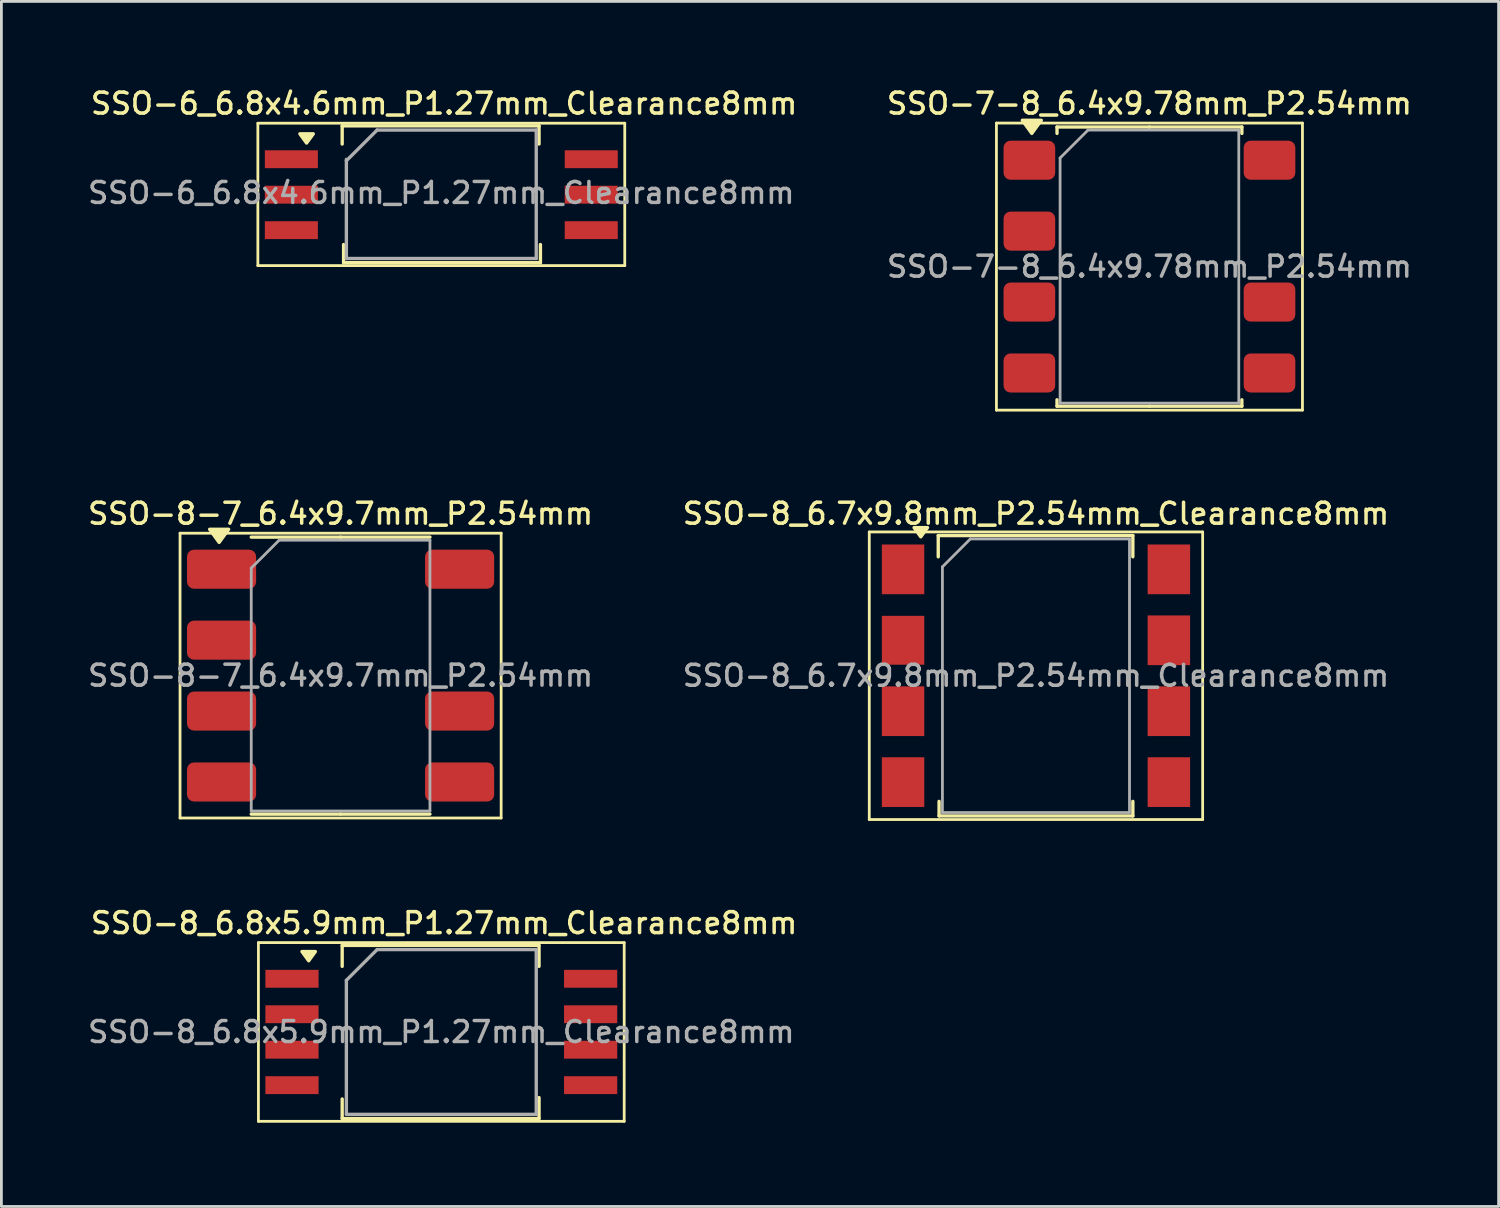
<source format=kicad_pcb>
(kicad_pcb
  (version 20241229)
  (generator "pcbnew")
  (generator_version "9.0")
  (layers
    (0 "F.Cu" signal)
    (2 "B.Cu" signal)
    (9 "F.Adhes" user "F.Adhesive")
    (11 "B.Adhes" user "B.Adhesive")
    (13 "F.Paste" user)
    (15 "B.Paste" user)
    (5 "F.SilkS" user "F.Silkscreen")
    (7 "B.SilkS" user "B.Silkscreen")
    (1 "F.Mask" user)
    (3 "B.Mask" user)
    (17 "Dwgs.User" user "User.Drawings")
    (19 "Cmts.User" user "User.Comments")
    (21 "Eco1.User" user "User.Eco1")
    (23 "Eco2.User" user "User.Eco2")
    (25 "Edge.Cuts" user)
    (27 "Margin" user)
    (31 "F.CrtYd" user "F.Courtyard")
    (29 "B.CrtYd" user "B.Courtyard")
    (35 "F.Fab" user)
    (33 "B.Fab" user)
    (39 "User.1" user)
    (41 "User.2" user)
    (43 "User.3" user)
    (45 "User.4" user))
  (footprint "SSO-8_6.8x5.9mm_P1.27mm_Clearance8mm"
    (layer "F.Cu")
    (at 12.755 33.909)
    (property "Reference" "SSO-8_6.8x5.9mm_P1.27mm_Clearance8mm" (at 0.1 -3.9 0) (layer "F.SilkS") (effects (font (size 0.75 0.75) (thickness 0.125))))
    (attr smd)
    (fp_line (start -6.55 -3.2) (end -6.55 3.2) (stroke (width 0.1) (type solid)) (layer "F.SilkS"))
    (fp_line (start -6.55 -3.2) (end 6.55 -3.2) (stroke (width 0.1) (type solid)) (layer "F.SilkS"))
    (fp_line (start -3.55 -2.35) (end -3.55 -3.1) (stroke (width 0.12) (type solid)) (layer "F.SilkS"))
    (fp_line (start -3.55 2.4) (end -3.55 3.1) (stroke (width 0.12) (type solid)) (layer "F.SilkS"))
    (fp_line (start -3.55 3.1) (end 3.5 3.1) (stroke (width 0.12) (type solid)) (layer "F.SilkS"))
    (fp_line (start 3.5 -3.1) (end -3.55 -3.1) (stroke (width 0.12) (type solid)) (layer "F.SilkS"))
    (fp_line (start 3.5 -2.35) (end 3.5 -3.1) (stroke (width 0.12) (type solid)) (layer "F.SilkS"))
    (fp_line (start 3.5 3.1) (end 3.5 2.35) (stroke (width 0.12) (type solid)) (layer "F.SilkS"))
    (fp_line (start 6.55 3.2) (end -6.55 3.2) (stroke (width 0.1) (type solid)) (layer "F.SilkS"))
    (fp_line (start 6.55 3.2) (end 6.55 -3.2) (stroke (width 0.1) (type solid)) (layer "F.SilkS"))
    (fp_poly (pts (xy -4.75 -2.55) (xy -4.99 -2.88) (xy -4.51 -2.88) (xy -4.75 -2.55)) (stroke (width 0.12) (type solid)) (fill yes) (layer "F.SilkS"))
    (fp_line (start -3.4 -1.85) (end -3.4 2.95) (stroke (width 0.12) (type solid)) (layer "F.Fab"))
    (fp_line (start -3.4 2.95) (end 3.4 2.95) (stroke (width 0.12) (type solid)) (layer "F.Fab"))
    (fp_line (start -2.3 -2.95) (end -3.4 -1.85) (stroke (width 0.12) (type solid)) (layer "F.Fab"))
    (fp_line (start 3.4 -2.95) (end -2.3 -2.95) (stroke (width 0.12) (type solid)) (layer "F.Fab"))
    (fp_line (start 3.4 2.95) (end 3.4 -2.95) (stroke (width 0.12) (type solid)) (layer "F.Fab"))
    (fp_text user "${REFERENCE}" (at 0 0 0) (layer "F.Fab") (effects (font (size 0.75 0.75) (thickness 0.125))))
    (pad "1" smd rect (at -5.348 -1.905) (size 1.905 0.64) (layers "F.Cu" "F.Mask" "F.Paste"))
    (pad "2" smd rect (at -5.348 -0.635) (size 1.905 0.64) (layers "F.Cu" "F.Mask" "F.Paste"))
    (pad "3" smd rect (at -5.348 0.635) (size 1.905 0.64) (layers "F.Cu" "F.Mask" "F.Paste"))
    (pad "4" smd rect (at -5.348 1.905) (size 1.905 0.64) (layers "F.Cu" "F.Mask" "F.Paste"))
    (pad "5" smd rect (at 5.348 1.905) (size 1.905 0.64) (layers "F.Cu" "F.Mask" "F.Paste"))
    (pad "6" smd rect (at 5.348 0.635) (size 1.905 0.64) (layers "F.Cu" "F.Mask" "F.Paste"))
    (pad "7" smd rect (at 5.348 -0.635) (size 1.905 0.64) (layers "F.Cu" "F.Mask" "F.Paste"))
    (pad "8" smd rect (at 5.348 -1.905) (size 1.905 0.64) (layers "F.Cu" "F.Mask" "F.Paste")))
  (footprint "SSO-7-8_6.4x9.78mm_P2.54mm"
    (layer "F.Cu")
    (at 38.116 6.498)
    (property "Reference" "SSO-7-8_6.4x9.78mm_P2.54mm" (at 0 -5.84 0) (layer "F.SilkS") (effects (font (size 0.75 0.75) (thickness 0.125))))
    (attr smd)
    (fp_line (start -5.48 -5.14) (end -5.48 5.14) (stroke (width 0.1) (type solid)) (layer "F.SilkS"))
    (fp_line (start -5.48 5.14) (end 5.48 5.14) (stroke (width 0.1) (type solid)) (layer "F.SilkS"))
    (fp_line (start -3.31 -5) (end -3.31 -4.77) (stroke (width 0.12) (type solid)) (layer "F.SilkS"))
    (fp_line (start -3.31 5) (end -3.31 4.77) (stroke (width 0.12) (type solid)) (layer "F.SilkS"))
    (fp_line (start 0 -5) (end -3.31 -5) (stroke (width 0.12) (type solid)) (layer "F.SilkS"))
    (fp_line (start 0 -5) (end 3.31 -5) (stroke (width 0.12) (type solid)) (layer "F.SilkS"))
    (fp_line (start 0 5) (end -3.31 5) (stroke (width 0.12) (type solid)) (layer "F.SilkS"))
    (fp_line (start 0 5) (end 3.31 5) (stroke (width 0.12) (type solid)) (layer "F.SilkS"))
    (fp_line (start 3.31 -5) (end 3.31 -4.77) (stroke (width 0.12) (type solid)) (layer "F.SilkS"))
    (fp_line (start 3.31 5) (end 3.31 4.77) (stroke (width 0.12) (type solid)) (layer "F.SilkS"))
    (fp_line (start 5.48 -5.14) (end -5.48 -5.14) (stroke (width 0.1) (type solid)) (layer "F.SilkS"))
    (fp_line (start 5.48 5.14) (end 5.48 -5.14) (stroke (width 0.1) (type solid)) (layer "F.SilkS"))
    (fp_poly (pts (xy -4.213 -4.77) (xy -4.553 -5.24) (xy -3.873 -5.24) (xy -4.213 -4.77)) (stroke (width 0.12) (type solid)) (fill yes) (layer "F.SilkS"))
    (fp_line (start -3.2 -3.89) (end -2.2 -4.89) (stroke (width 0.1) (type solid)) (layer "F.Fab"))
    (fp_line (start -3.2 4.89) (end -3.2 -3.89) (stroke (width 0.1) (type solid)) (layer "F.Fab"))
    (fp_line (start -2.2 -4.89) (end 3.2 -4.89) (stroke (width 0.1) (type solid)) (layer "F.Fab"))
    (fp_line (start 3.2 -4.89) (end 3.2 4.89) (stroke (width 0.1) (type solid)) (layer "F.Fab"))
    (fp_line (start 3.2 4.89) (end -3.2 4.89) (stroke (width 0.1) (type solid)) (layer "F.Fab"))
    (fp_text user "${REFERENCE}" (at 0 0 0) (layer "F.Fab") (effects (font (size 0.75 0.75) (thickness 0.125))))
    (pad "1" smd roundrect (at -4.3 -3.81) (size 1.85 1.4) (layers "F.Cu" "F.Mask" "F.Paste") (roundrect_rratio 0.179))
    (pad "2" smd roundrect (at -4.3 -1.27) (size 1.85 1.4) (layers "F.Cu" "F.Mask" "F.Paste") (roundrect_rratio 0.179))
    (pad "3" smd roundrect (at -4.3 1.27) (size 1.85 1.4) (layers "F.Cu" "F.Mask" "F.Paste") (roundrect_rratio 0.179))
    (pad "4" smd roundrect (at -4.3 3.81) (size 1.85 1.4) (layers "F.Cu" "F.Mask" "F.Paste") (roundrect_rratio 0.179))
    (pad "5" smd roundrect (at 4.3 3.81) (size 1.85 1.4) (layers "F.Cu" "F.Mask" "F.Paste") (roundrect_rratio 0.179))
    (pad "6" smd roundrect (at 4.3 1.27) (size 1.85 1.4) (layers "F.Cu" "F.Mask" "F.Paste") (roundrect_rratio 0.179))
    (pad "8" smd roundrect (at 4.3 -3.81) (size 1.85 1.4) (layers "F.Cu" "F.Mask" "F.Paste") (roundrect_rratio 0.179)))
  (footprint "SSO-8-7_6.4x9.7mm_P2.54mm"
    (layer "F.Cu")
    (at 9.148 21.146)
    (property "Reference" "SSO-8-7_6.4x9.7mm_P2.54mm" (at 0 -5.8 0) (layer "F.SilkS") (effects (font (size 0.75 0.75) (thickness 0.125))))
    (attr smd)
    (fp_line (start -5.75 -5.1) (end -5.75 5.1) (stroke (width 0.1) (type solid)) (layer "F.SilkS"))
    (fp_line (start -5.75 5.1) (end 5.75 5.1) (stroke (width 0.1) (type solid)) (layer "F.SilkS"))
    (fp_line (start 0 -4.96) (end -3.2 -4.96) (stroke (width 0.12) (type solid)) (layer "F.SilkS"))
    (fp_line (start 0 -4.96) (end 3.2 -4.96) (stroke (width 0.12) (type solid)) (layer "F.SilkS"))
    (fp_line (start 0 4.96) (end -3.2 4.96) (stroke (width 0.12) (type solid)) (layer "F.SilkS"))
    (fp_line (start 0 4.96) (end 3.2 4.96) (stroke (width 0.12) (type solid)) (layer "F.SilkS"))
    (fp_line (start 5.75 -5.1) (end -5.75 -5.1) (stroke (width 0.1) (type solid)) (layer "F.SilkS"))
    (fp_line (start 5.75 5.1) (end 5.75 -5.1) (stroke (width 0.1) (type solid)) (layer "F.SilkS"))
    (fp_poly (pts (xy -4.35 -4.77) (xy -4.69 -5.24) (xy -4.01 -5.24) (xy -4.35 -4.77)) (stroke (width 0.12) (type solid)) (fill yes) (layer "F.SilkS"))
    (fp_line (start -3.2 -3.85) (end -2.2 -4.85) (stroke (width 0.1) (type solid)) (layer "F.Fab"))
    (fp_line (start -3.2 4.85) (end -3.2 -3.85) (stroke (width 0.1) (type solid)) (layer "F.Fab"))
    (fp_line (start -2.2 -4.85) (end 3.2 -4.85) (stroke (width 0.1) (type solid)) (layer "F.Fab"))
    (fp_line (start 3.2 -4.85) (end 3.2 4.85) (stroke (width 0.1) (type solid)) (layer "F.Fab"))
    (fp_line (start 3.2 4.85) (end -3.2 4.85) (stroke (width 0.1) (type solid)) (layer "F.Fab"))
    (fp_text user "${REFERENCE}" (at 0 0 0) (layer "F.Fab") (effects (font (size 0.75 0.75) (thickness 0.125))))
    (pad "1" smd roundrect (at -4.263 -3.81) (size 2.475 1.4) (layers "F.Cu" "F.Mask" "F.Paste") (roundrect_rratio 0.179))
    (pad "2" smd roundrect (at -4.263 -1.27) (size 2.475 1.4) (layers "F.Cu" "F.Mask" "F.Paste") (roundrect_rratio 0.179))
    (pad "3" smd roundrect (at -4.263 1.27) (size 2.475 1.4) (layers "F.Cu" "F.Mask" "F.Paste") (roundrect_rratio 0.179))
    (pad "4" smd roundrect (at -4.263 3.81) (size 2.475 1.4) (layers "F.Cu" "F.Mask" "F.Paste") (roundrect_rratio 0.179))
    (pad "5" smd roundrect (at 4.263 3.81) (size 2.475 1.4) (layers "F.Cu" "F.Mask" "F.Paste") (roundrect_rratio 0.179))
    (pad "6" smd roundrect (at 4.263 1.27) (size 2.475 1.4) (layers "F.Cu" "F.Mask" "F.Paste") (roundrect_rratio 0.179))
    (pad "7" smd roundrect (at 4.263 -3.81) (size 2.475 1.4) (layers "F.Cu" "F.Mask" "F.Paste") (roundrect_rratio 0.179)))
  (footprint "SSO-6_6.8x4.6mm_P1.27mm_Clearance8mm"
    (layer "F.Cu")
    (at 12.755 3.923)
    (property "Reference" "SSO-6_6.8x4.6mm_P1.27mm_Clearance8mm" (at 0.1 -3.265 0) (layer "F.SilkS") (effects (font (size 0.75 0.75) (thickness 0.125))))
    (attr smd)
    (fp_line (start -6.57 -2.56) (end -6.57 2.54) (stroke (width 0.1) (type solid)) (layer "F.SilkS"))
    (fp_line (start -6.57 -2.56) (end 6.57 -2.56) (stroke (width 0.1) (type solid)) (layer "F.SilkS"))
    (fp_line (start -3.55 -2.465) (end -3.55 -1.815) (stroke (width 0.12) (type solid)) (layer "F.SilkS"))
    (fp_line (start -3.5 1.785) (end -3.5 2.435) (stroke (width 0.12) (type solid)) (layer "F.SilkS"))
    (fp_line (start -3.5 2.435) (end 3.55 2.435) (stroke (width 0.12) (type solid)) (layer "F.SilkS"))
    (fp_line (start 3.5 -2.465) (end -3.55 -2.465) (stroke (width 0.12) (type solid)) (layer "F.SilkS"))
    (fp_line (start 3.5 -2.465) (end 3.5 -1.815) (stroke (width 0.12) (type solid)) (layer "F.SilkS"))
    (fp_line (start 3.55 1.785) (end 3.55 2.435) (stroke (width 0.12) (type solid)) (layer "F.SilkS"))
    (fp_line (start 6.57 2.54) (end -6.57 2.54) (stroke (width 0.1) (type solid)) (layer "F.SilkS"))
    (fp_line (start 6.57 2.54) (end 6.57 -2.56) (stroke (width 0.1) (type solid)) (layer "F.SilkS"))
    (fp_poly (pts (xy -4.825 -1.85) (xy -5.065 -2.18) (xy -4.585 -2.18) (xy -4.825 -1.85)) (stroke (width 0.12) (type solid)) (fill yes) (layer "F.SilkS"))
    (fp_line (start -3.4 2.285) (end -3.4 -1.265) (stroke (width 0.12) (type solid)) (layer "F.Fab"))
    (fp_line (start -2.3 -2.315) (end -3.4 -1.215) (stroke (width 0.12) (type solid)) (layer "F.Fab"))
    (fp_line (start 3.4 -2.315) (end -2.3 -2.315) (stroke (width 0.12) (type solid)) (layer "F.Fab"))
    (fp_line (start 3.4 -2.315) (end 3.4 2.285) (stroke (width 0.12) (type solid)) (layer "F.Fab"))
    (fp_line (start 3.4 2.285) (end -3.4 2.285) (stroke (width 0.12) (type solid)) (layer "F.Fab"))
    (fp_text user "${REFERENCE}" (at 0 -0.065 0) (layer "F.Fab") (effects (font (size 0.75 0.75) (thickness 0.125))))
    (pad "1" smd rect (at -5.37 -1.27) (size 1.9 0.64) (layers "F.Cu" "F.Mask" "F.Paste"))
    (pad "2" smd rect (at -5.37 0) (size 1.9 0.64) (layers "F.Cu" "F.Mask" "F.Paste"))
    (pad "3" smd rect (at -5.37 1.27) (size 1.9 0.64) (layers "F.Cu" "F.Mask" "F.Paste"))
    (pad "4" smd rect (at 5.37 1.27) (size 1.9 0.64) (layers "F.Cu" "F.Mask" "F.Paste"))
    (pad "5" smd rect (at 5.37 0) (size 1.9 0.64) (layers "F.Cu" "F.Mask" "F.Paste"))
    (pad "6" smd rect (at 5.37 -1.27) (size 1.9 0.64) (layers "F.Cu" "F.Mask" "F.Paste")))
  (footprint "SSO-8_6.7x9.8mm_P2.54mm_Clearance8mm"
    (layer "F.Cu")
    (at 34.052 21.151)
    (property "Reference" "SSO-8_6.7x9.8mm_P2.54mm_Clearance8mm" (at 0 -5.805 0) (layer "F.SilkS") (effects (font (size 0.75 0.75) (thickness 0.125))))
    (attr smd)
    (fp_line (start -5.97 -5.15) (end -5.97 5.15) (stroke (width 0.1) (type solid)) (layer "F.SilkS"))
    (fp_line (start -5.97 -5.15) (end 5.97 -5.15) (stroke (width 0.1) (type solid)) (layer "F.SilkS"))
    (fp_line (start -3.5 -4.26) (end -3.5 -5.02) (stroke (width 0.12) (type solid)) (layer "F.SilkS"))
    (fp_line (start -3.47 4.5) (end -3.47 5.02) (stroke (width 0.12) (type solid)) (layer "F.SilkS"))
    (fp_line (start -3.47 5.02) (end 3.47 5.02) (stroke (width 0.12) (type solid)) (layer "F.SilkS"))
    (fp_line (start 3.47 -5.02) (end -3.5 -5.02) (stroke (width 0.12) (type solid)) (layer "F.SilkS"))
    (fp_line (start 3.47 -4.26) (end 3.47 -5.02) (stroke (width 0.12) (type solid)) (layer "F.SilkS"))
    (fp_line (start 3.47 5.02) (end 3.47 4.5) (stroke (width 0.12) (type solid)) (layer "F.SilkS"))
    (fp_line (start 5.97 5.15) (end -5.97 5.15) (stroke (width 0.1) (type solid)) (layer "F.SilkS"))
    (fp_line (start 5.97 5.15) (end 5.97 -5.15) (stroke (width 0.1) (type solid)) (layer "F.SilkS"))
    (fp_poly (pts (xy -4.125 -4.975) (xy -4.365 -5.305) (xy -3.885 -5.305) (xy -4.125 -4.975)) (stroke (width 0.12) (type solid)) (fill yes) (layer "F.SilkS"))
    (fp_line (start -3.35 -3.9) (end -3.35 4.9) (stroke (width 0.1) (type solid)) (layer "F.Fab"))
    (fp_line (start -3.35 4.9) (end 3.35 4.9) (stroke (width 0.1) (type solid)) (layer "F.Fab"))
    (fp_line (start -2.35 -4.9) (end -3.35 -3.9) (stroke (width 0.1) (type solid)) (layer "F.Fab"))
    (fp_line (start 3.35 -4.9) (end -2.35 -4.9) (stroke (width 0.1) (type solid)) (layer "F.Fab"))
    (fp_line (start 3.35 4.9) (end 3.35 -4.9) (stroke (width 0.1) (type solid)) (layer "F.Fab"))
    (fp_text user "${REFERENCE}" (at 0 0 0) (layer "F.Fab") (effects (font (size 0.75 0.75) (thickness 0.125))))
    (pad "1" smd rect (at -4.76 -3.81) (size 1.52 1.78) (layers "F.Cu" "F.Mask" "F.Paste"))
    (pad "2" smd rect (at -4.76 -1.27) (size 1.52 1.75) (layers "F.Cu" "F.Mask" "F.Paste"))
    (pad "3" smd rect (at -4.76 1.27) (size 1.52 1.78) (layers "F.Cu" "F.Mask" "F.Paste"))
    (pad "4" smd rect (at -4.76 3.81) (size 1.52 1.78) (layers "F.Cu" "F.Mask" "F.Paste"))
    (pad "5" smd rect (at 4.76 3.81) (size 1.52 1.78) (layers "F.Cu" "F.Mask" "F.Paste"))
    (pad "6" smd rect (at 4.76 1.27) (size 1.52 1.78) (layers "F.Cu" "F.Mask" "F.Paste"))
    (pad "7" smd rect (at 4.76 -1.27) (size 1.52 1.78) (layers "F.Cu" "F.Mask" "F.Paste"))
    (pad "8" smd rect (at 4.76 -3.81) (size 1.52 1.78) (layers "F.Cu" "F.Mask" "F.Paste")))
  (gr_rect
    (start -3 -3)
    (end 50.621 40.159)
    (stroke (width 0.1) (type default))
    (fill no)
    (layer "Edge.Cuts")))
</source>
